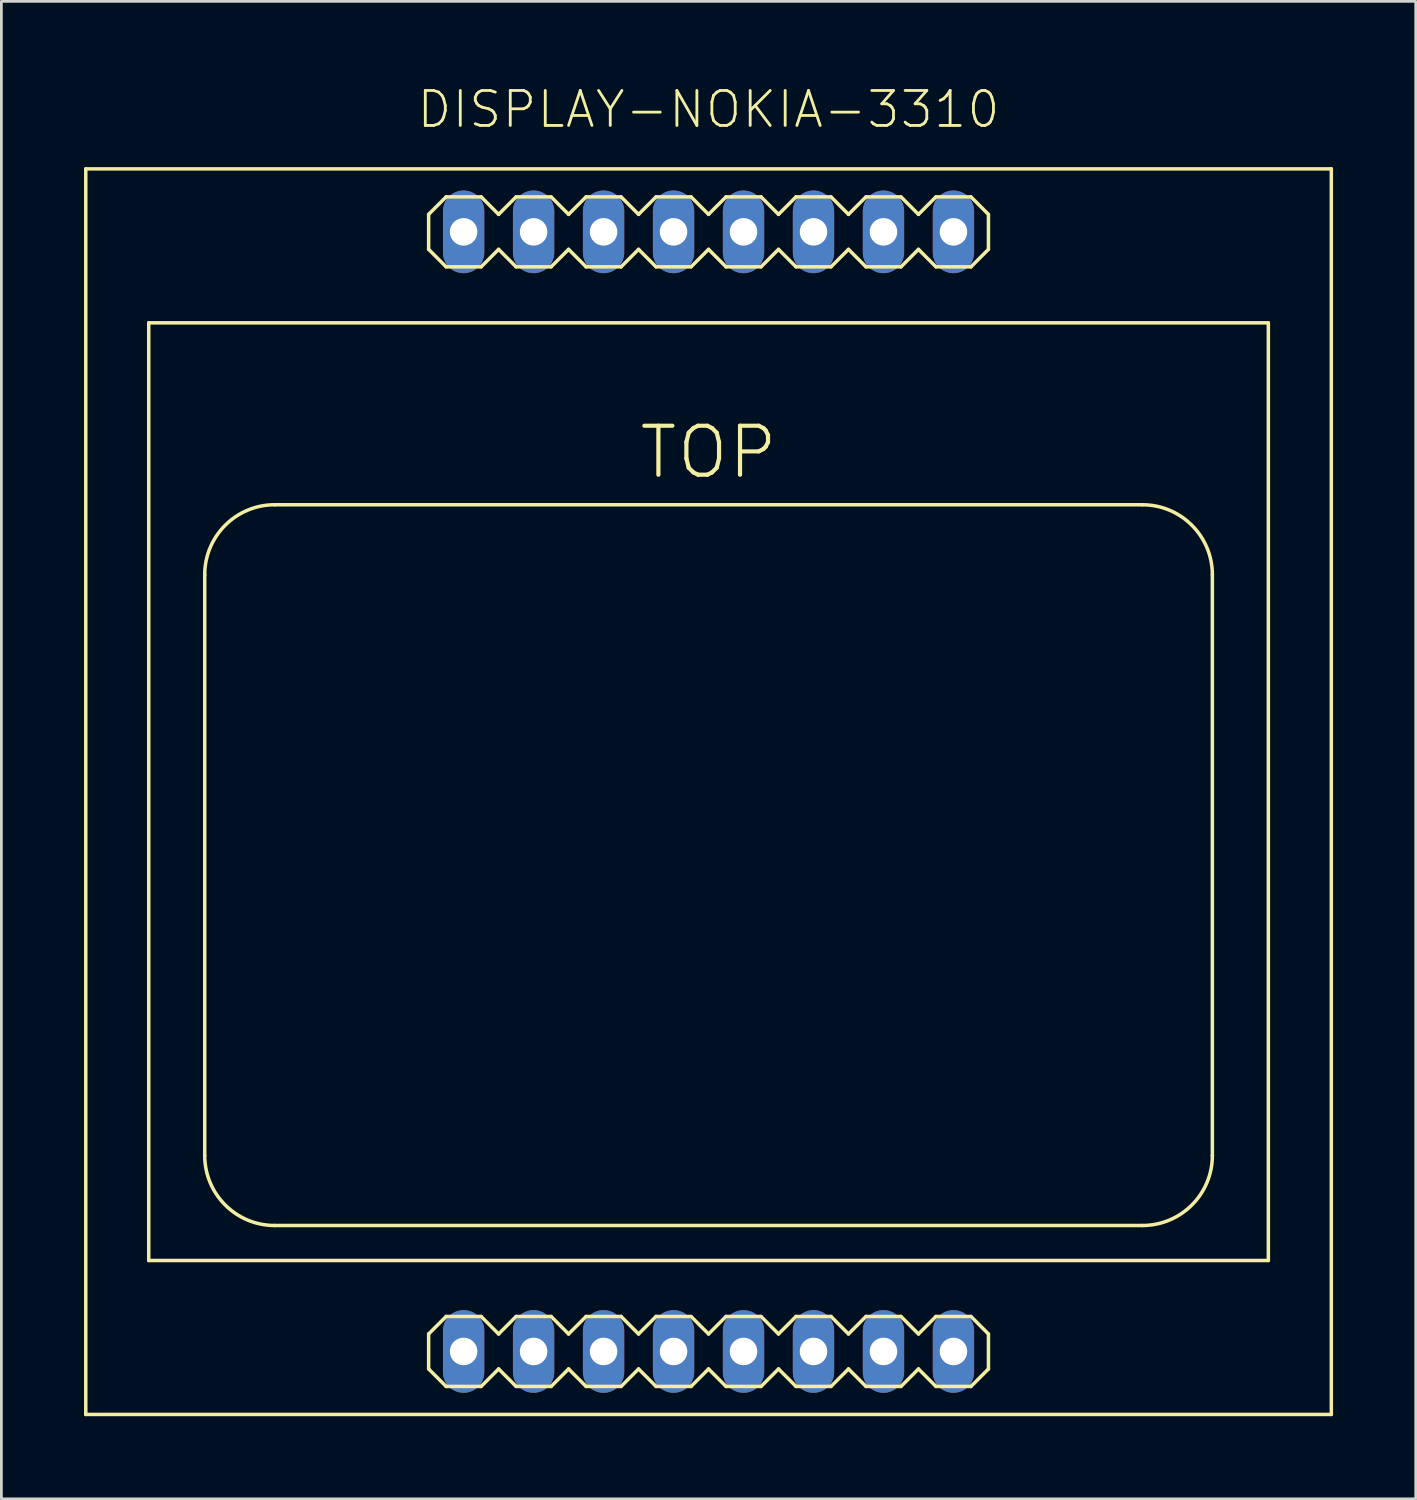
<source format=kicad_pcb>
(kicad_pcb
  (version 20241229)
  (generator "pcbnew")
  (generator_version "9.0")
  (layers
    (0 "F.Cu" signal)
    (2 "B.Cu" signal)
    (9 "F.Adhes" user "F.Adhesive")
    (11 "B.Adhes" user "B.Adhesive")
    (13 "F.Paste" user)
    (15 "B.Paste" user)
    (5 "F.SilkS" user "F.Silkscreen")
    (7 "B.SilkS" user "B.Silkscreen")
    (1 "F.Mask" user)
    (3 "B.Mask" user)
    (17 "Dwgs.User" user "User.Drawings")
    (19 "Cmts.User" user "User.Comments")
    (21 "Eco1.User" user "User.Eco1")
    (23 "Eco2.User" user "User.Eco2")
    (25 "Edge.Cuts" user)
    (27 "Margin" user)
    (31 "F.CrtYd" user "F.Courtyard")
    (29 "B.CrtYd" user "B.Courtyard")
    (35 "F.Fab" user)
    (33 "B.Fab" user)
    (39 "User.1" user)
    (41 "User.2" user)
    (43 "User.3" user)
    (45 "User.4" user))
  (footprint "DISPLAY-NOKIA-3310"
    (layer "F.Cu")
    (at 22.669 25.686)
    (property "Reference" "DISPLAY-NOKIA-3310" (at 0 -24.765 0) (layer "F.SilkS") (effects (font (size 1.27 1.27) (thickness 0.102))))
    (attr exclude_from_pos_files exclude_from_bom)
    (fp_line (start -22.606 -22.606) (end 22.606 -22.606) (stroke (width 0.127) (type solid)) (layer "F.SilkS"))
    (fp_line (start -22.606 22.606) (end -22.606 -22.606) (stroke (width 0.127) (type solid)) (layer "F.SilkS"))
    (fp_line (start -20.32 -17.018) (end 20.32 -17.018) (stroke (width 0.127) (type solid)) (layer "F.SilkS"))
    (fp_line (start -20.32 17.018) (end -20.32 -17.018) (stroke (width 0.127) (type solid)) (layer "F.SilkS"))
    (fp_line (start -18.288 13.208) (end -18.288 -7.874) (stroke (width 0.127) (type solid)) (layer "F.SilkS"))
    (fp_line (start -15.748 -10.414) (end 15.748 -10.414) (stroke (width 0.127) (type solid)) (layer "F.SilkS"))
    (fp_line (start -15.748 15.748) (end 15.748 15.748) (stroke (width 0.127) (type solid)) (layer "F.SilkS"))
    (fp_line (start -10.16 -20.955) (end -9.525 -21.59) (stroke (width 0.127) (type solid)) (layer "F.SilkS"))
    (fp_line (start -10.16 -19.685) (end -10.16 -20.955) (stroke (width 0.127) (type solid)) (layer "F.SilkS"))
    (fp_line (start -10.16 19.685) (end -9.525 19.05) (stroke (width 0.127) (type solid)) (layer "F.SilkS"))
    (fp_line (start -10.16 20.955) (end -10.16 19.685) (stroke (width 0.127) (type solid)) (layer "F.SilkS"))
    (fp_line (start -9.525 -21.59) (end -8.255 -21.59) (stroke (width 0.127) (type solid)) (layer "F.SilkS"))
    (fp_line (start -9.525 -19.05) (end -10.16 -19.685) (stroke (width 0.127) (type solid)) (layer "F.SilkS"))
    (fp_line (start -9.525 19.05) (end -8.255 19.05) (stroke (width 0.127) (type solid)) (layer "F.SilkS"))
    (fp_line (start -9.525 21.59) (end -10.16 20.955) (stroke (width 0.127) (type solid)) (layer "F.SilkS"))
    (fp_line (start -8.255 -21.59) (end -7.62 -20.955) (stroke (width 0.127) (type solid)) (layer "F.SilkS"))
    (fp_line (start -8.255 -19.05) (end -9.525 -19.05) (stroke (width 0.127) (type solid)) (layer "F.SilkS"))
    (fp_line (start -8.255 19.05) (end -7.62 19.685) (stroke (width 0.127) (type solid)) (layer "F.SilkS"))
    (fp_line (start -8.255 21.59) (end -9.525 21.59) (stroke (width 0.127) (type solid)) (layer "F.SilkS"))
    (fp_line (start -7.62 -20.955) (end -6.985 -21.59) (stroke (width 0.127) (type solid)) (layer "F.SilkS"))
    (fp_line (start -7.62 -19.685) (end -8.255 -19.05) (stroke (width 0.127) (type solid)) (layer "F.SilkS"))
    (fp_line (start -7.62 19.685) (end -6.985 19.05) (stroke (width 0.127) (type solid)) (layer "F.SilkS"))
    (fp_line (start -7.62 20.955) (end -8.255 21.59) (stroke (width 0.127) (type solid)) (layer "F.SilkS"))
    (fp_line (start -6.985 -21.59) (end -5.715 -21.59) (stroke (width 0.127) (type solid)) (layer "F.SilkS"))
    (fp_line (start -6.985 -19.05) (end -7.62 -19.685) (stroke (width 0.127) (type solid)) (layer "F.SilkS"))
    (fp_line (start -6.985 19.05) (end -5.715 19.05) (stroke (width 0.127) (type solid)) (layer "F.SilkS"))
    (fp_line (start -6.985 21.59) (end -7.62 20.955) (stroke (width 0.127) (type solid)) (layer "F.SilkS"))
    (fp_line (start -5.715 -21.59) (end -5.08 -20.955) (stroke (width 0.127) (type solid)) (layer "F.SilkS"))
    (fp_line (start -5.715 -19.05) (end -6.985 -19.05) (stroke (width 0.127) (type solid)) (layer "F.SilkS"))
    (fp_line (start -5.715 19.05) (end -5.08 19.685) (stroke (width 0.127) (type solid)) (layer "F.SilkS"))
    (fp_line (start -5.715 21.59) (end -6.985 21.59) (stroke (width 0.127) (type solid)) (layer "F.SilkS"))
    (fp_line (start -5.08 -20.955) (end -4.445 -21.59) (stroke (width 0.127) (type solid)) (layer "F.SilkS"))
    (fp_line (start -5.08 -19.685) (end -5.715 -19.05) (stroke (width 0.127) (type solid)) (layer "F.SilkS"))
    (fp_line (start -5.08 19.685) (end -4.445 19.05) (stroke (width 0.127) (type solid)) (layer "F.SilkS"))
    (fp_line (start -5.08 20.955) (end -5.715 21.59) (stroke (width 0.127) (type solid)) (layer "F.SilkS"))
    (fp_line (start -4.445 -21.59) (end -3.175 -21.59) (stroke (width 0.127) (type solid)) (layer "F.SilkS"))
    (fp_line (start -4.445 -19.05) (end -5.08 -19.685) (stroke (width 0.127) (type solid)) (layer "F.SilkS"))
    (fp_line (start -4.445 19.05) (end -3.175 19.05) (stroke (width 0.127) (type solid)) (layer "F.SilkS"))
    (fp_line (start -4.445 21.59) (end -5.08 20.955) (stroke (width 0.127) (type solid)) (layer "F.SilkS"))
    (fp_line (start -3.175 -21.59) (end -2.54 -20.955) (stroke (width 0.127) (type solid)) (layer "F.SilkS"))
    (fp_line (start -3.175 -19.05) (end -4.445 -19.05) (stroke (width 0.127) (type solid)) (layer "F.SilkS"))
    (fp_line (start -3.175 19.05) (end -2.54 19.685) (stroke (width 0.127) (type solid)) (layer "F.SilkS"))
    (fp_line (start -3.175 21.59) (end -4.445 21.59) (stroke (width 0.127) (type solid)) (layer "F.SilkS"))
    (fp_line (start -2.54 -20.955) (end -1.905 -21.59) (stroke (width 0.127) (type solid)) (layer "F.SilkS"))
    (fp_line (start -2.54 -19.685) (end -3.175 -19.05) (stroke (width 0.127) (type solid)) (layer "F.SilkS"))
    (fp_line (start -2.54 19.685) (end -1.905 19.05) (stroke (width 0.127) (type solid)) (layer "F.SilkS"))
    (fp_line (start -2.54 20.955) (end -3.175 21.59) (stroke (width 0.127) (type solid)) (layer "F.SilkS"))
    (fp_line (start -1.905 -21.59) (end -0.635 -21.59) (stroke (width 0.127) (type solid)) (layer "F.SilkS"))
    (fp_line (start -1.905 -19.05) (end -2.54 -19.685) (stroke (width 0.127) (type solid)) (layer "F.SilkS"))
    (fp_line (start -1.905 19.05) (end -0.635 19.05) (stroke (width 0.127) (type solid)) (layer "F.SilkS"))
    (fp_line (start -1.905 21.59) (end -2.54 20.955) (stroke (width 0.127) (type solid)) (layer "F.SilkS"))
    (fp_line (start -0.635 -21.59) (end 0 -20.955) (stroke (width 0.127) (type solid)) (layer "F.SilkS"))
    (fp_line (start -0.635 -19.05) (end -1.905 -19.05) (stroke (width 0.127) (type solid)) (layer "F.SilkS"))
    (fp_line (start -0.635 19.05) (end 0 19.685) (stroke (width 0.127) (type solid)) (layer "F.SilkS"))
    (fp_line (start -0.635 21.59) (end -1.905 21.59) (stroke (width 0.127) (type solid)) (layer "F.SilkS"))
    (fp_line (start 0 -20.955) (end 0.635 -21.59) (stroke (width 0.127) (type solid)) (layer "F.SilkS"))
    (fp_line (start 0 -19.685) (end -0.635 -19.05) (stroke (width 0.127) (type solid)) (layer "F.SilkS"))
    (fp_line (start 0 19.685) (end 0.635 19.05) (stroke (width 0.127) (type solid)) (layer "F.SilkS"))
    (fp_line (start 0 20.955) (end -0.635 21.59) (stroke (width 0.127) (type solid)) (layer "F.SilkS"))
    (fp_line (start 0.635 -21.59) (end 1.905 -21.59) (stroke (width 0.127) (type solid)) (layer "F.SilkS"))
    (fp_line (start 0.635 -19.05) (end 0 -19.685) (stroke (width 0.127) (type solid)) (layer "F.SilkS"))
    (fp_line (start 0.635 19.05) (end 1.905 19.05) (stroke (width 0.127) (type solid)) (layer "F.SilkS"))
    (fp_line (start 0.635 21.59) (end 0 20.955) (stroke (width 0.127) (type solid)) (layer "F.SilkS"))
    (fp_line (start 1.905 -21.59) (end 2.54 -20.955) (stroke (width 0.127) (type solid)) (layer "F.SilkS"))
    (fp_line (start 1.905 -19.05) (end 0.635 -19.05) (stroke (width 0.127) (type solid)) (layer "F.SilkS"))
    (fp_line (start 1.905 19.05) (end 2.54 19.685) (stroke (width 0.127) (type solid)) (layer "F.SilkS"))
    (fp_line (start 1.905 21.59) (end 0.635 21.59) (stroke (width 0.127) (type solid)) (layer "F.SilkS"))
    (fp_line (start 2.54 -20.955) (end 3.175 -21.59) (stroke (width 0.127) (type solid)) (layer "F.SilkS"))
    (fp_line (start 2.54 -19.685) (end 1.905 -19.05) (stroke (width 0.127) (type solid)) (layer "F.SilkS"))
    (fp_line (start 2.54 19.685) (end 3.175 19.05) (stroke (width 0.127) (type solid)) (layer "F.SilkS"))
    (fp_line (start 2.54 20.955) (end 1.905 21.59) (stroke (width 0.127) (type solid)) (layer "F.SilkS"))
    (fp_line (start 3.175 -21.59) (end 4.445 -21.59) (stroke (width 0.127) (type solid)) (layer "F.SilkS"))
    (fp_line (start 3.175 -19.05) (end 2.54 -19.685) (stroke (width 0.127) (type solid)) (layer "F.SilkS"))
    (fp_line (start 3.175 19.05) (end 4.445 19.05) (stroke (width 0.127) (type solid)) (layer "F.SilkS"))
    (fp_line (start 3.175 21.59) (end 2.54 20.955) (stroke (width 0.127) (type solid)) (layer "F.SilkS"))
    (fp_line (start 4.445 -21.59) (end 5.08 -20.955) (stroke (width 0.127) (type solid)) (layer "F.SilkS"))
    (fp_line (start 4.445 -19.05) (end 3.175 -19.05) (stroke (width 0.127) (type solid)) (layer "F.SilkS"))
    (fp_line (start 4.445 19.05) (end 5.08 19.685) (stroke (width 0.127) (type solid)) (layer "F.SilkS"))
    (fp_line (start 4.445 21.59) (end 3.175 21.59) (stroke (width 0.127) (type solid)) (layer "F.SilkS"))
    (fp_line (start 5.08 -20.955) (end 5.715 -21.59) (stroke (width 0.127) (type solid)) (layer "F.SilkS"))
    (fp_line (start 5.08 -19.685) (end 4.445 -19.05) (stroke (width 0.127) (type solid)) (layer "F.SilkS"))
    (fp_line (start 5.08 19.685) (end 5.715 19.05) (stroke (width 0.127) (type solid)) (layer "F.SilkS"))
    (fp_line (start 5.08 20.955) (end 4.445 21.59) (stroke (width 0.127) (type solid)) (layer "F.SilkS"))
    (fp_line (start 5.715 -21.59) (end 6.985 -21.59) (stroke (width 0.127) (type solid)) (layer "F.SilkS"))
    (fp_line (start 5.715 -19.05) (end 5.08 -19.685) (stroke (width 0.127) (type solid)) (layer "F.SilkS"))
    (fp_line (start 5.715 19.05) (end 6.985 19.05) (stroke (width 0.127) (type solid)) (layer "F.SilkS"))
    (fp_line (start 5.715 21.59) (end 5.08 20.955) (stroke (width 0.127) (type solid)) (layer "F.SilkS"))
    (fp_line (start 6.985 -21.59) (end 7.62 -20.955) (stroke (width 0.127) (type solid)) (layer "F.SilkS"))
    (fp_line (start 6.985 -19.05) (end 5.715 -19.05) (stroke (width 0.127) (type solid)) (layer "F.SilkS"))
    (fp_line (start 6.985 19.05) (end 7.62 19.685) (stroke (width 0.127) (type solid)) (layer "F.SilkS"))
    (fp_line (start 6.985 21.59) (end 5.715 21.59) (stroke (width 0.127) (type solid)) (layer "F.SilkS"))
    (fp_line (start 7.62 -20.955) (end 8.255 -21.59) (stroke (width 0.127) (type solid)) (layer "F.SilkS"))
    (fp_line (start 7.62 -19.685) (end 6.985 -19.05) (stroke (width 0.127) (type solid)) (layer "F.SilkS"))
    (fp_line (start 7.62 19.685) (end 8.255 19.05) (stroke (width 0.127) (type solid)) (layer "F.SilkS"))
    (fp_line (start 7.62 20.955) (end 6.985 21.59) (stroke (width 0.127) (type solid)) (layer "F.SilkS"))
    (fp_line (start 8.255 -21.59) (end 9.525 -21.59) (stroke (width 0.127) (type solid)) (layer "F.SilkS"))
    (fp_line (start 8.255 -19.05) (end 7.62 -19.685) (stroke (width 0.127) (type solid)) (layer "F.SilkS"))
    (fp_line (start 8.255 19.05) (end 9.525 19.05) (stroke (width 0.127) (type solid)) (layer "F.SilkS"))
    (fp_line (start 8.255 21.59) (end 7.62 20.955) (stroke (width 0.127) (type solid)) (layer "F.SilkS"))
    (fp_line (start 9.525 -21.59) (end 10.16 -20.955) (stroke (width 0.127) (type solid)) (layer "F.SilkS"))
    (fp_line (start 9.525 -19.05) (end 8.255 -19.05) (stroke (width 0.127) (type solid)) (layer "F.SilkS"))
    (fp_line (start 9.525 19.05) (end 10.16 19.685) (stroke (width 0.127) (type solid)) (layer "F.SilkS"))
    (fp_line (start 9.525 21.59) (end 8.255 21.59) (stroke (width 0.127) (type solid)) (layer "F.SilkS"))
    (fp_line (start 10.16 -20.955) (end 10.16 -19.685) (stroke (width 0.127) (type solid)) (layer "F.SilkS"))
    (fp_line (start 10.16 -19.685) (end 9.525 -19.05) (stroke (width 0.127) (type solid)) (layer "F.SilkS"))
    (fp_line (start 10.16 19.685) (end 10.16 20.955) (stroke (width 0.127) (type solid)) (layer "F.SilkS"))
    (fp_line (start 10.16 20.955) (end 9.525 21.59) (stroke (width 0.127) (type solid)) (layer "F.SilkS"))
    (fp_line (start 18.288 13.208) (end 18.288 -7.874) (stroke (width 0.127) (type solid)) (layer "F.SilkS"))
    (fp_line (start 20.32 -17.018) (end 20.32 17.018) (stroke (width 0.127) (type solid)) (layer "F.SilkS"))
    (fp_line (start 20.32 17.018) (end -20.32 17.018) (stroke (width 0.127) (type solid)) (layer "F.SilkS"))
    (fp_line (start 22.606 -22.606) (end 22.606 22.606) (stroke (width 0.127) (type solid)) (layer "F.SilkS"))
    (fp_line (start 22.606 22.606) (end -22.606 22.606) (stroke (width 0.127) (type solid)) (layer "F.SilkS"))
    (fp_arc (start -18.288 -7.874) (mid -17.544051 -9.670051) (end -15.748 -10.414) (stroke (width 0.127) (type solid)) (layer "F.SilkS"))
    (fp_arc (start -15.748 15.748) (mid -17.544051 15.004051) (end -18.288 13.208) (stroke (width 0.127) (type solid)) (layer "F.SilkS"))
    (fp_arc (start 15.748 -10.414) (mid 17.544051 -9.670051) (end 18.288 -7.874) (stroke (width 0.127) (type solid)) (layer "F.SilkS"))
    (fp_arc (start 18.288 13.208) (mid 17.544051 15.004051) (end 15.748 15.748) (stroke (width 0.127) (type solid)) (layer "F.SilkS"))
    (fp_text user "TOP" (at 0 -12.319 0) (layer "F.SilkS") (effects (font (size 1.778 1.778) (thickness 0.152))))
    (pad "J1.1" thru_hole oval (at -8.89 20.32) (size 1.5 3) (drill 1) (layers "*.Cu" "*.Mask"))
    (pad "J1.2" thru_hole oval (at -6.35 20.32) (size 1.5 3) (drill 1) (layers "*.Cu" "*.Mask"))
    (pad "J1.3" thru_hole oval (at -3.81 20.32) (size 1.5 3) (drill 1) (layers "*.Cu" "*.Mask"))
    (pad "J1.4" thru_hole oval (at -1.27 20.32) (size 1.5 3) (drill 1) (layers "*.Cu" "*.Mask"))
    (pad "J1.5" thru_hole oval (at 1.27 20.32) (size 1.5 3) (drill 1) (layers "*.Cu" "*.Mask"))
    (pad "J1.6" thru_hole oval (at 3.81 20.32) (size 1.5 3) (drill 1) (layers "*.Cu" "*.Mask"))
    (pad "J1.7" thru_hole oval (at 6.35 20.32) (size 1.5 3) (drill 1) (layers "*.Cu" "*.Mask"))
    (pad "J1.8" thru_hole oval (at 8.89 20.32) (size 1.5 3) (drill 1) (layers "*.Cu" "*.Mask"))
    (pad "J2.1" thru_hole oval (at -8.89 -20.32) (size 1.5 3) (drill 1) (layers "*.Cu" "*.Mask"))
    (pad "J2.2" thru_hole oval (at -6.35 -20.32) (size 1.5 3) (drill 1) (layers "*.Cu" "*.Mask"))
    (pad "J2.3" thru_hole oval (at -3.81 -20.32) (size 1.5 3) (drill 1) (layers "*.Cu" "*.Mask"))
    (pad "J2.4" thru_hole oval (at -1.27 -20.32) (size 1.5 3) (drill 1) (layers "*.Cu" "*.Mask"))
    (pad "J2.5" thru_hole oval (at 1.27 -20.32) (size 1.5 3) (drill 1) (layers "*.Cu" "*.Mask"))
    (pad "J2.6" thru_hole oval (at 3.81 -20.32) (size 1.5 3) (drill 1) (layers "*.Cu" "*.Mask"))
    (pad "J2.7" thru_hole oval (at 6.35 -20.32) (size 1.5 3) (drill 1) (layers "*.Cu" "*.Mask"))
    (pad "J2.8" thru_hole oval (at 8.89 -20.32) (size 1.5 3) (drill 1) (layers "*.Cu" "*.Mask")))
  (gr_rect
    (start -3 -3)
    (end 48.339 51.356)
    (stroke (width 0.1) (type default))
    (fill no)
    (layer "Edge.Cuts")))
</source>
